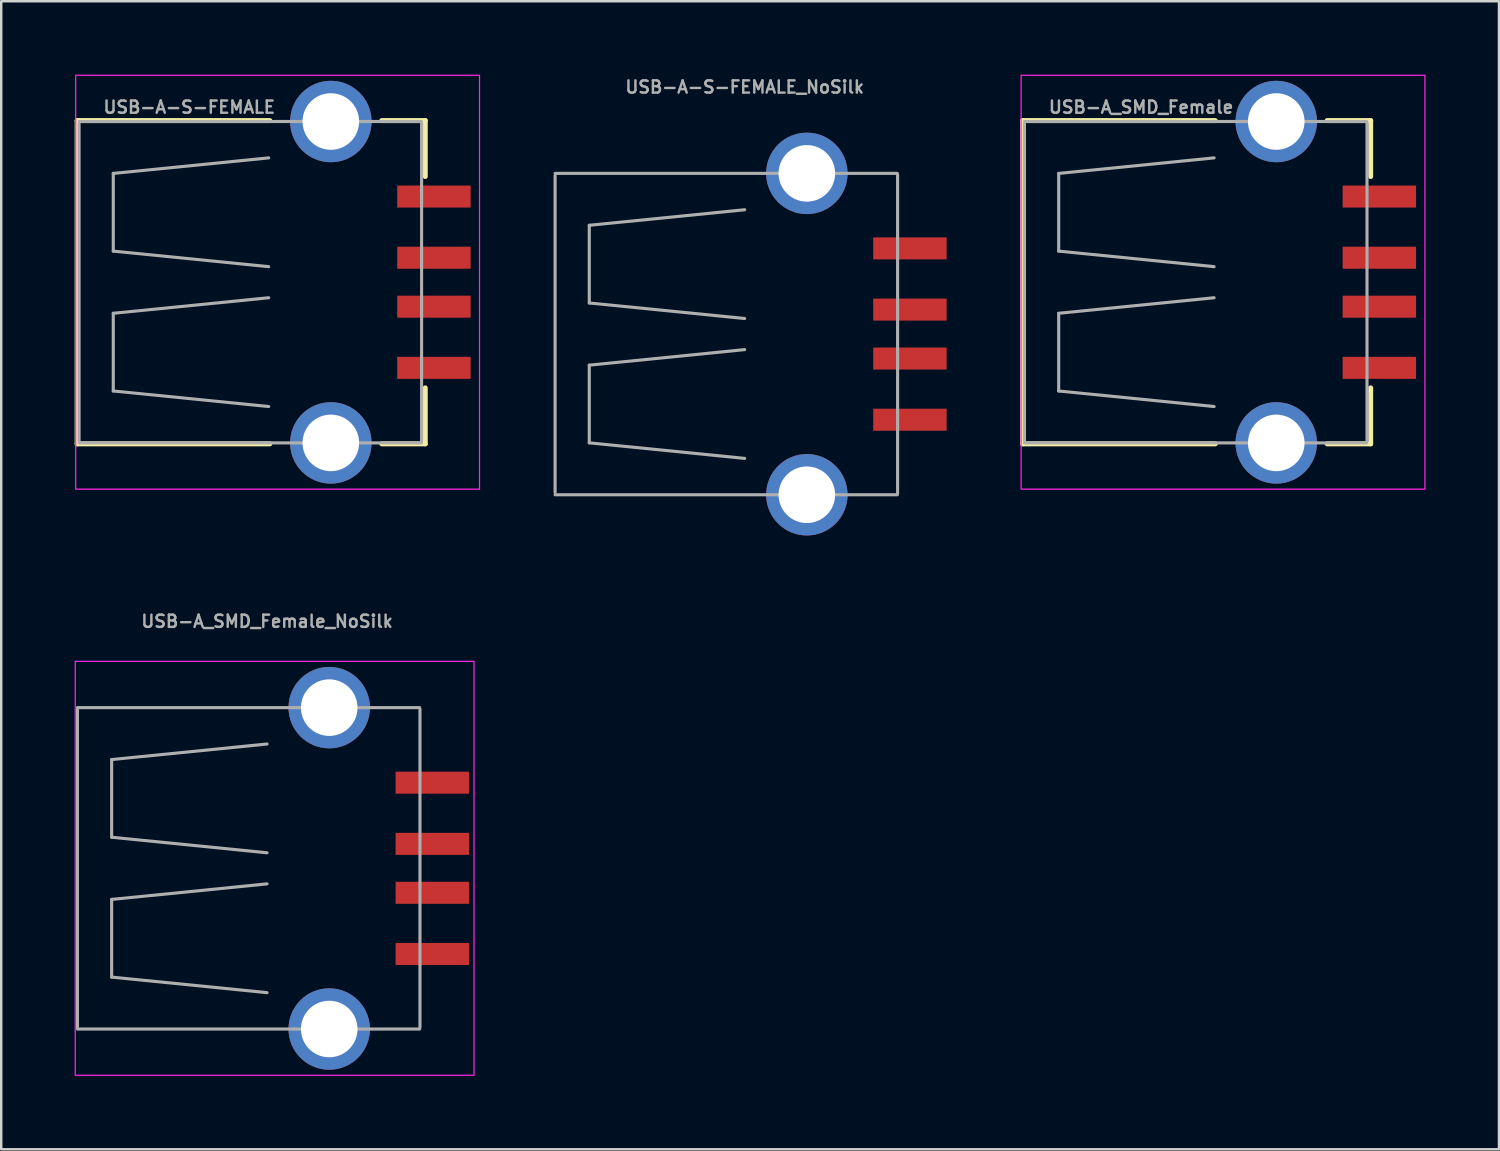
<source format=kicad_pcb>
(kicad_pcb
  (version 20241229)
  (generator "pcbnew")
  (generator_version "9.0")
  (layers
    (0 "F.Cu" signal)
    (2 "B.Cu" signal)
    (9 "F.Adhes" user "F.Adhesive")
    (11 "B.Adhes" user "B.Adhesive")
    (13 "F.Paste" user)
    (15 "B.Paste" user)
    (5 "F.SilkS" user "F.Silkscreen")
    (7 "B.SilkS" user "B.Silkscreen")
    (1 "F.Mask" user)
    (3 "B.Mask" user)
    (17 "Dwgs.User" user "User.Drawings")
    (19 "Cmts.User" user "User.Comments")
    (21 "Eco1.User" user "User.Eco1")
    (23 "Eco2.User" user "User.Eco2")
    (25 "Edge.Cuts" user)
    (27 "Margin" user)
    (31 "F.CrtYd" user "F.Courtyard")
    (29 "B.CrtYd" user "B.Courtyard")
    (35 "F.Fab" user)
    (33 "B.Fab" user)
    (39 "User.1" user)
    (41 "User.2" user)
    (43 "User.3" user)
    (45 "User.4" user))
  (footprint "USB-A-S-FEMALE"
    (layer "F.Cu")
    (at 7.468 8.481)
    (property "Reference" "USB-A-S-FEMALE" (at -6.35 -6.858 0) (layer "F.Fab") (effects (font (size 0.5 0.5) (thickness 0.1)) (justify left bottom)))
    (fp_line (start -7.366 -6.604) (end -7.366 6.604) (stroke (width 0.203) (type solid)) (layer "F.SilkS"))
    (fp_line (start -7.366 -6.604) (end 0.508 -6.604) (stroke (width 0.203) (type solid)) (layer "F.SilkS"))
    (fp_line (start -7.366 6.604) (end 0.508 6.604) (stroke (width 0.203) (type solid)) (layer "F.SilkS"))
    (fp_line (start 5.08 6.604) (end 6.858 6.604) (stroke (width 0.203) (type solid)) (layer "F.SilkS"))
    (fp_line (start 6.858 -6.604) (end 5.08 -6.604) (stroke (width 0.203) (type solid)) (layer "F.SilkS"))
    (fp_line (start 6.858 -4.318) (end 6.858 -6.604) (stroke (width 0.203) (type solid)) (layer "F.SilkS"))
    (fp_line (start 6.858 6.604) (end 6.858 4.318) (stroke (width 0.203) (type solid)) (layer "F.SilkS"))
    (fp_rect (start 9.075 -8.456) (end -7.425 8.456) (stroke (width 0.05) (type default)) (fill no) (layer "F.CrtYd"))
    (fp_line (start -7.287 -6.477) (end -7.287 6.477) (stroke (width 0.127) (type solid)) (layer "F.Fab"))
    (fp_line (start -5.89 -4.445) (end -5.89 -1.27) (stroke (width 0.127) (type solid)) (layer "F.Fab"))
    (fp_line (start -5.89 -1.27) (end 0.46 -0.635) (stroke (width 0.127) (type solid)) (layer "F.Fab"))
    (fp_line (start -5.89 1.27) (end 0.46 0.635) (stroke (width 0.127) (type solid)) (layer "F.Fab"))
    (fp_line (start -5.89 4.445) (end -5.89 1.27) (stroke (width 0.127) (type solid)) (layer "F.Fab"))
    (fp_line (start 0.46 -5.08) (end -5.89 -4.445) (stroke (width 0.127) (type solid)) (layer "F.Fab"))
    (fp_line (start 0.46 5.08) (end -5.89 4.445) (stroke (width 0.127) (type solid)) (layer "F.Fab"))
    (fp_line (start 6.696 -6.566) (end -7.287 -6.566) (stroke (width 0.127) (type solid)) (layer "F.Fab"))
    (fp_line (start 6.696 6.566) (end -7.287 6.566) (stroke (width 0.127) (type solid)) (layer "F.Fab"))
    (fp_line (start 6.708 -6.502) (end 6.708 6.502) (stroke (width 0.127) (type solid)) (layer "F.Fab"))
    (pad "D+" smd rect (at 7.212 1) (size 3 0.9) (layers "F.Cu" "F.Mask" "F.Paste"))
    (pad "D-" smd rect (at 7.212 -1) (size 3 0.9) (layers "F.Cu" "F.Mask" "F.Paste"))
    (pad "GND" smd rect (at 7.212 3.5) (size 3 0.9) (layers "F.Cu" "F.Mask" "F.Paste"))
    (pad "SHLD1" thru_hole circle (at 3 6.566 270) (size 3.327 3.327) (drill 2.311) (layers "*.Cu" "*.Mask"))
    (pad "SHLD2" thru_hole circle (at 3 -6.566 270) (size 3.327 3.327) (drill 2.311) (layers "*.Cu" "*.Mask"))
    (pad "VBUS" smd rect (at 7.212 -3.5) (size 3 0.9) (layers "F.Cu" "F.Mask" "F.Paste")))
  (footprint "USB-A_SMD_Female"
    (layer "F.Cu")
    (at 46.098 8.481)
    (property "Reference" "USB-A_SMD_Female" (at -6.35 -6.858 0) (layer "F.Fab") (effects (font (size 0.5 0.5) (thickness 0.1)) (justify left bottom)))
    (fp_line (start -7.366 -6.604) (end -7.366 6.604) (stroke (width 0.203) (type solid)) (layer "F.SilkS"))
    (fp_line (start -7.366 -6.604) (end 0.508 -6.604) (stroke (width 0.203) (type solid)) (layer "F.SilkS"))
    (fp_line (start -7.366 6.604) (end 0.508 6.604) (stroke (width 0.203) (type solid)) (layer "F.SilkS"))
    (fp_line (start 5.08 6.604) (end 6.858 6.604) (stroke (width 0.203) (type solid)) (layer "F.SilkS"))
    (fp_line (start 6.858 -6.604) (end 5.08 -6.604) (stroke (width 0.203) (type solid)) (layer "F.SilkS"))
    (fp_line (start 6.858 -4.318) (end 6.858 -6.604) (stroke (width 0.203) (type solid)) (layer "F.SilkS"))
    (fp_line (start 6.858 6.604) (end 6.858 4.318) (stroke (width 0.203) (type solid)) (layer "F.SilkS"))
    (fp_rect (start 9.075 -8.456) (end -7.425 8.456) (stroke (width 0.05) (type default)) (fill no) (layer "F.CrtYd"))
    (fp_line (start -7.287 -6.477) (end -7.287 6.477) (stroke (width 0.127) (type solid)) (layer "F.Fab"))
    (fp_line (start -5.89 -4.445) (end -5.89 -1.27) (stroke (width 0.127) (type solid)) (layer "F.Fab"))
    (fp_line (start -5.89 -1.27) (end 0.46 -0.635) (stroke (width 0.127) (type solid)) (layer "F.Fab"))
    (fp_line (start -5.89 1.27) (end 0.46 0.635) (stroke (width 0.127) (type solid)) (layer "F.Fab"))
    (fp_line (start -5.89 4.445) (end -5.89 1.27) (stroke (width 0.127) (type solid)) (layer "F.Fab"))
    (fp_line (start 0.46 -5.08) (end -5.89 -4.445) (stroke (width 0.127) (type solid)) (layer "F.Fab"))
    (fp_line (start 0.46 5.08) (end -5.89 4.445) (stroke (width 0.127) (type solid)) (layer "F.Fab"))
    (fp_line (start 6.696 -6.566) (end -7.287 -6.566) (stroke (width 0.127) (type solid)) (layer "F.Fab"))
    (fp_line (start 6.696 6.566) (end -7.287 6.566) (stroke (width 0.127) (type solid)) (layer "F.Fab"))
    (fp_line (start 6.708 -6.502) (end 6.708 6.502) (stroke (width 0.127) (type solid)) (layer "F.Fab"))
    (pad "D+" smd rect (at 7.212 1) (size 3 0.9) (layers "F.Cu" "F.Mask" "F.Paste"))
    (pad "D-" smd rect (at 7.212 -1) (size 3 0.9) (layers "F.Cu" "F.Mask" "F.Paste"))
    (pad "GND" smd rect (at 7.212 3.5) (size 3 0.9) (layers "F.Cu" "F.Mask" "F.Paste"))
    (pad "SHLD1" thru_hole circle (at 3 6.566 270) (size 3.327 3.327) (drill 2.311) (layers "*.Cu" "*.Mask"))
    (pad "SHLD2" thru_hole circle (at 3 -6.566 270) (size 3.327 3.327) (drill 2.311) (layers "*.Cu" "*.Mask"))
    (pad "VBUS" smd rect (at 7.212 -3.5) (size 3 0.9) (layers "F.Cu" "F.Mask" "F.Paste")))
  (footprint "USB-A_SMD_Female_NoSilk"
    (layer "F.Cu")
    (at 7.862 32.43)
    (property "Reference" "USB-A_SMD_Female_NoSilk" (at 0 -9.8 0) (layer "F.Fab") (effects (font (size 0.5 0.5) (thickness 0.1)) (justify bottom)))
    (fp_rect (start -7.838 -8.456) (end 8.456 8.456) (stroke (width 0.05) (type default)) (fill no) (layer "F.CrtYd"))
    (fp_line (start -7.747 -6.477) (end -7.747 6.477) (stroke (width 0.127) (type solid)) (layer "F.Fab"))
    (fp_line (start -6.35 -4.445) (end -6.35 -1.27) (stroke (width 0.127) (type solid)) (layer "F.Fab"))
    (fp_line (start -6.35 -1.27) (end 0 -0.635) (stroke (width 0.127) (type solid)) (layer "F.Fab"))
    (fp_line (start -6.35 1.27) (end 0 0.635) (stroke (width 0.127) (type solid)) (layer "F.Fab"))
    (fp_line (start -6.35 4.445) (end -6.35 1.27) (stroke (width 0.127) (type solid)) (layer "F.Fab"))
    (fp_line (start 0 -5.08) (end -6.35 -4.445) (stroke (width 0.127) (type solid)) (layer "F.Fab"))
    (fp_line (start 0 5.08) (end -6.35 4.445) (stroke (width 0.127) (type solid)) (layer "F.Fab"))
    (fp_line (start 6.236 -6.566) (end -7.747 -6.566) (stroke (width 0.127) (type solid)) (layer "F.Fab"))
    (fp_line (start 6.236 6.566) (end -7.747 6.566) (stroke (width 0.127) (type solid)) (layer "F.Fab"))
    (fp_line (start 6.248 -6.502) (end 6.248 6.502) (stroke (width 0.127) (type solid)) (layer "F.Fab"))
    (pad "D+" smd rect (at 6.752 1) (size 3 0.9) (layers "F.Cu" "F.Mask" "F.Paste"))
    (pad "D-" smd rect (at 6.752 -1) (size 3 0.9) (layers "F.Cu" "F.Mask" "F.Paste"))
    (pad "GND" smd rect (at 6.752 3.5) (size 3 0.9) (layers "F.Cu" "F.Mask" "F.Paste"))
    (pad "SHLD1" thru_hole circle (at 2.54 6.566 270) (size 3.327 3.327) (drill 2.311) (layers "*.Cu" "*.Mask"))
    (pad "SHLD2" thru_hole circle (at 2.54 -6.566 270) (size 3.327 3.327) (drill 2.311) (layers "*.Cu" "*.Mask"))
    (pad "VBUS" smd rect (at 6.752 -3.5) (size 3 0.9) (layers "F.Cu" "F.Mask" "F.Paste")))
  (footprint "USB-A-S-FEMALE_NoSilk"
    (layer "F.Cu")
    (at 27.378 10.6)
    (property "Reference" "USB-A-S-FEMALE_NoSilk" (at 0 -9.8 0) (layer "F.Fab") (effects (font (size 0.5 0.5) (thickness 0.1)) (justify bottom)))
    (fp_line (start -7.747 -6.477) (end -7.747 6.477) (stroke (width 0.127) (type solid)) (layer "F.Fab"))
    (fp_line (start -6.35 -4.445) (end -6.35 -1.27) (stroke (width 0.127) (type solid)) (layer "F.Fab"))
    (fp_line (start -6.35 -1.27) (end 0 -0.635) (stroke (width 0.127) (type solid)) (layer "F.Fab"))
    (fp_line (start -6.35 1.27) (end 0 0.635) (stroke (width 0.127) (type solid)) (layer "F.Fab"))
    (fp_line (start -6.35 4.445) (end -6.35 1.27) (stroke (width 0.127) (type solid)) (layer "F.Fab"))
    (fp_line (start 0 -5.08) (end -6.35 -4.445) (stroke (width 0.127) (type solid)) (layer "F.Fab"))
    (fp_line (start 0 5.08) (end -6.35 4.445) (stroke (width 0.127) (type solid)) (layer "F.Fab"))
    (fp_line (start 6.236 -6.566) (end -7.747 -6.566) (stroke (width 0.127) (type solid)) (layer "F.Fab"))
    (fp_line (start 6.236 6.566) (end -7.747 6.566) (stroke (width 0.127) (type solid)) (layer "F.Fab"))
    (fp_line (start 6.248 -6.502) (end 6.248 6.502) (stroke (width 0.127) (type solid)) (layer "F.Fab"))
    (pad "D+" smd rect (at 6.752 1) (size 3 0.9) (layers "F.Cu" "F.Mask" "F.Paste"))
    (pad "D-" smd rect (at 6.752 -1) (size 3 0.9) (layers "F.Cu" "F.Mask" "F.Paste"))
    (pad "GND" smd rect (at 6.752 3.5) (size 3 0.9) (layers "F.Cu" "F.Mask" "F.Paste"))
    (pad "SHLD1" thru_hole circle (at 2.54 6.566 270) (size 3.327 3.327) (drill 2.311) (layers "*.Cu" "*.Mask"))
    (pad "SHLD2" thru_hole circle (at 2.54 -6.566 270) (size 3.327 3.327) (drill 2.311) (layers "*.Cu" "*.Mask"))
    (pad "VBUS" smd rect (at 6.752 -3.5) (size 3 0.9) (layers "F.Cu" "F.Mask" "F.Paste")))
  (gr_rect
    (start -3 -3)
    (end 58.198 43.911)
    (stroke (width 0.1) (type default))
    (fill no)
    (layer "Edge.Cuts")))
</source>
